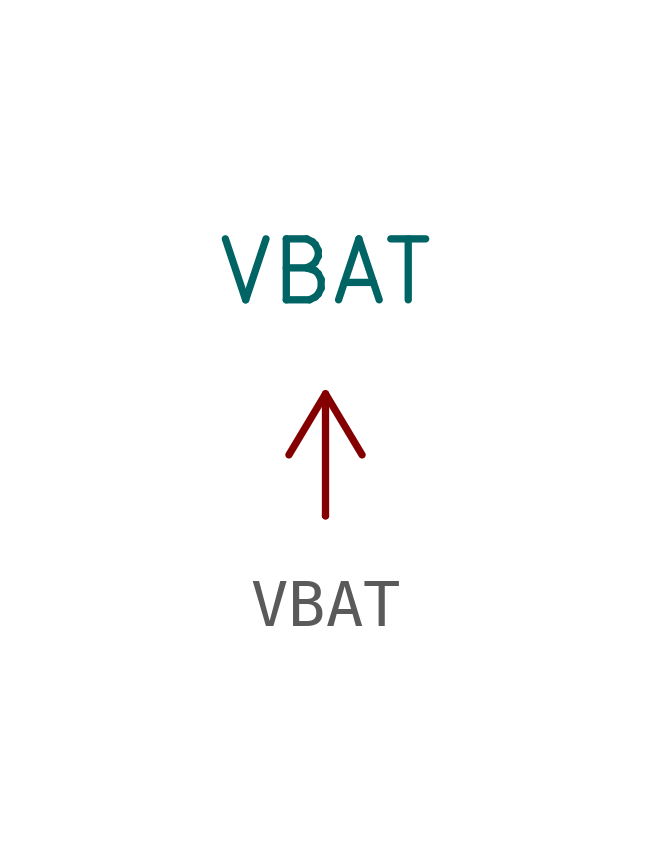
<source format=kicad_sym>
(kicad_symbol_lib
  (version 20241209)
  (generator "kicad_symbol_editor")
  (generator_version "9.0")
  (symbol "VBAT"
    (power)
    (pin_numbers
      (hide yes))
    (pin_names
      (offset 0)
      (hide yes))
    (property "Reference" "#PWR"
      (at 0 -3.81 0)
      (effects (font (size 1.27 1.27)) (hide yes)))
    (property "Value" "VBAT"
      (at 0 5.08 0)
      (effects (font (size 1.27 1.27))))
    (symbol "VBAT_0_1"
      (polyline (pts (xy -0.762 1.27) (xy 0 2.54)) (stroke (width 0) (type default)) (fill (type none)))
      (polyline (pts (xy 0 2.54) (xy 0.762 1.27)) (stroke (width 0) (type default)) (fill (type none)))
      (polyline (pts (xy 0 0) (xy 0 2.54)) (stroke (width 0) (type default)) (fill (type none))))
    (symbol "VBAT_1_1"
      (pin power_in line (at 0 0 90) (length 0) (name "~" (effects (font (size 1.27 1.27)))) (number "1" (effects (font (size 1.27 1.27))))))))
</source>
